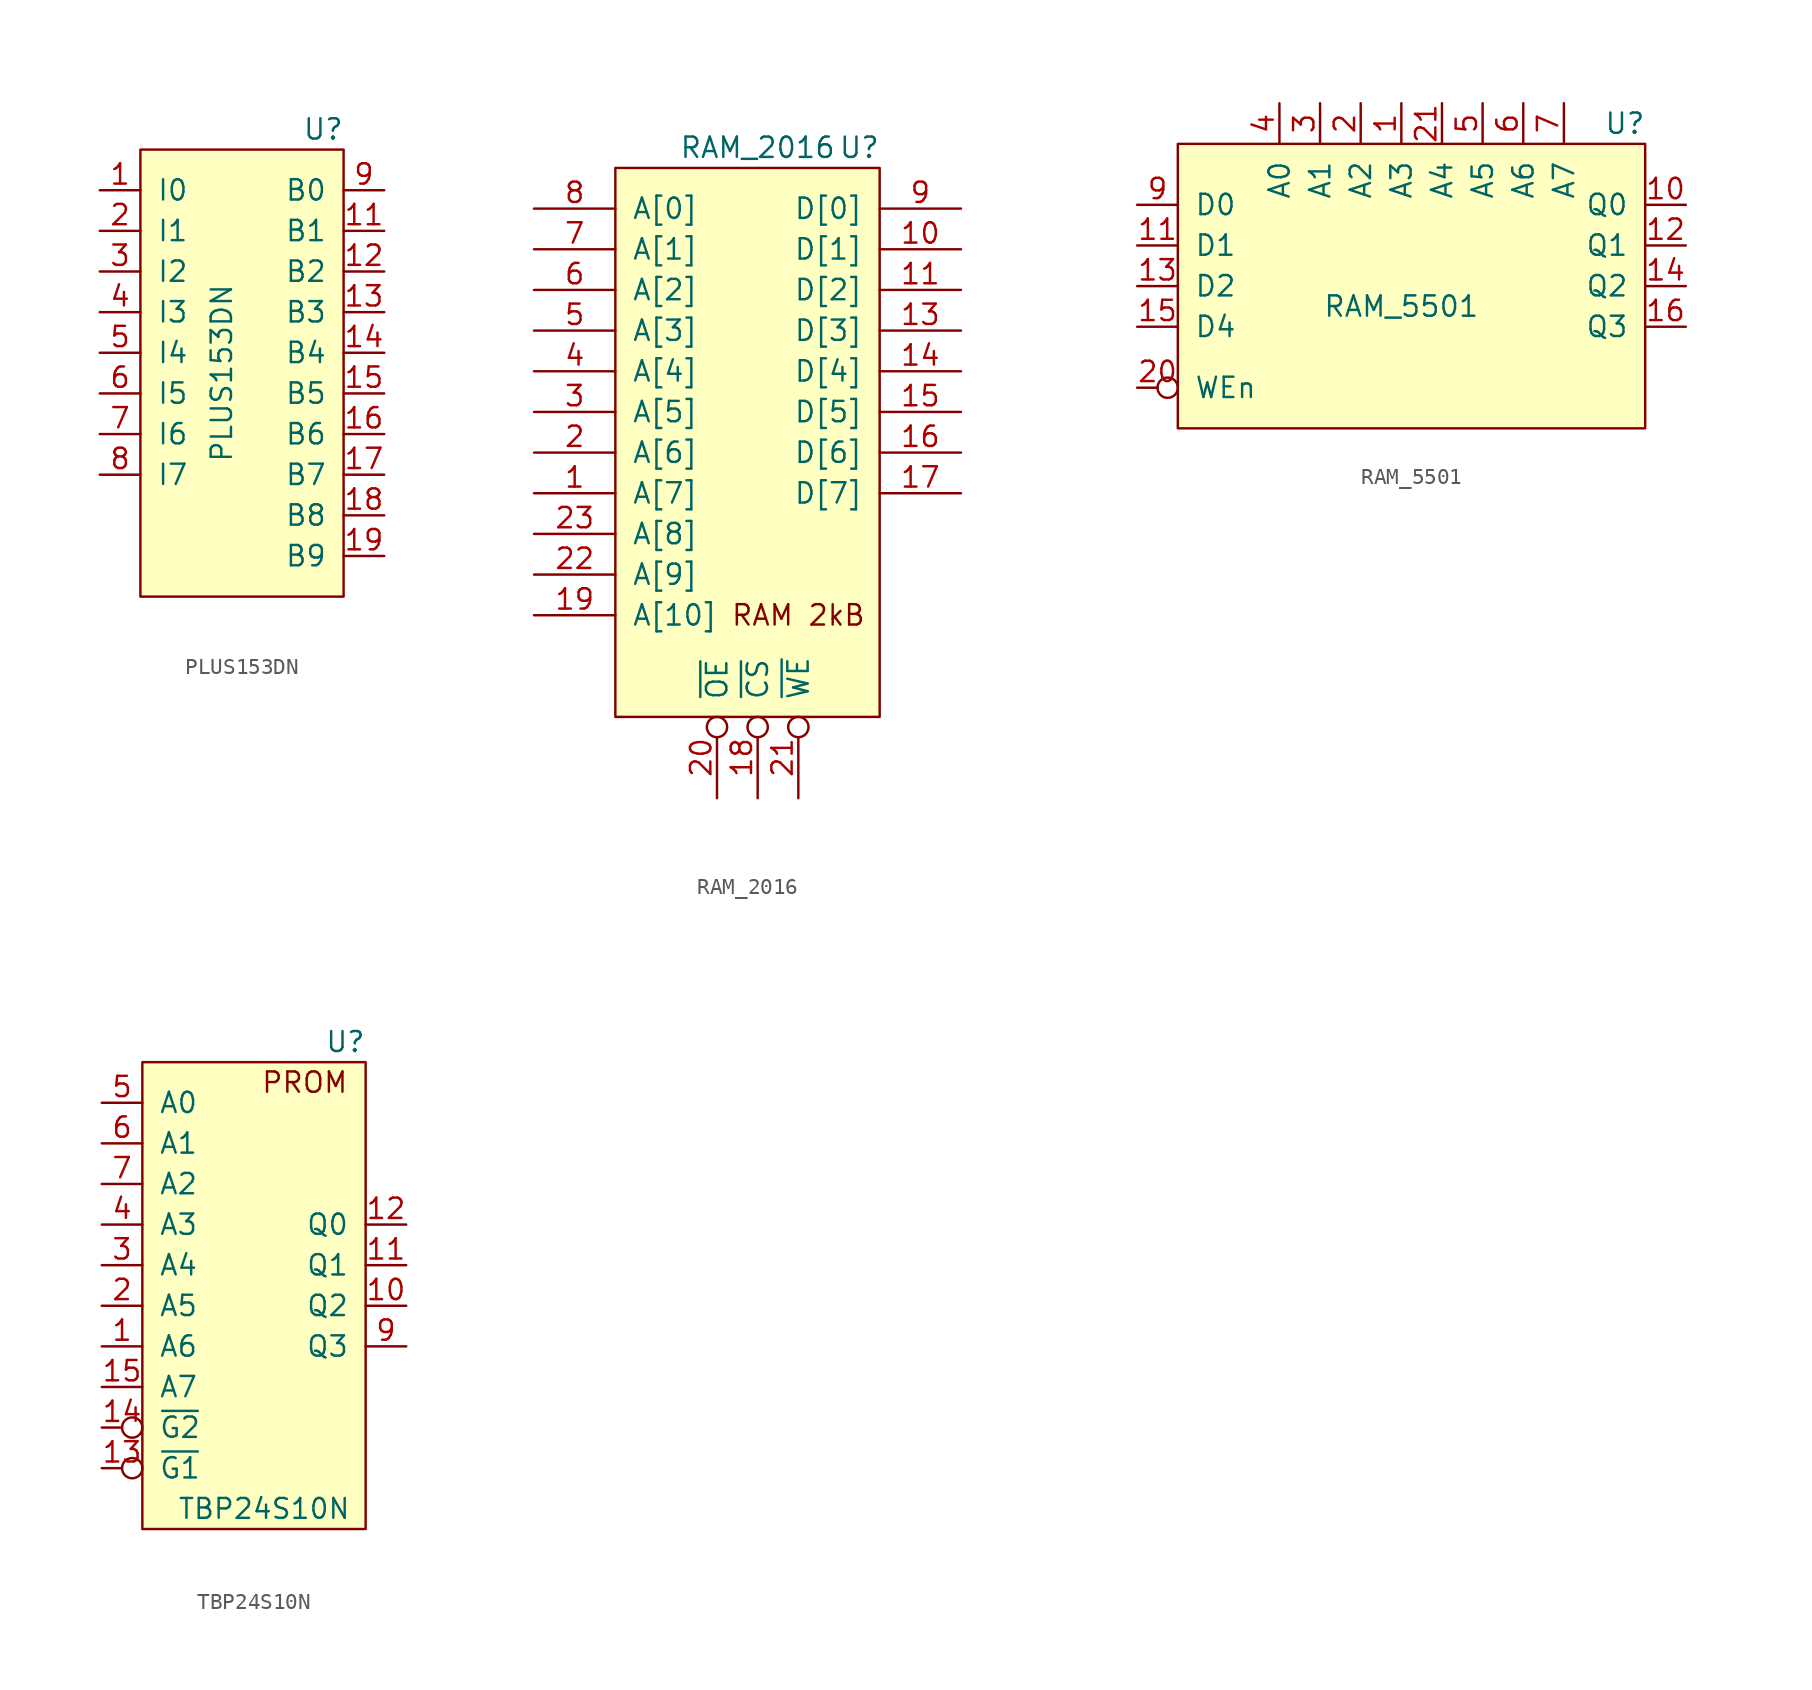
<source format=kicad_sym>
(kicad_symbol_lib
  (version 20211014)
  (generator kicad_symbol_editor)
  (symbol "PLUS153DN"
    (pin_names
      (offset 1.016))
    (property "Reference" "U"
      (at 5.08 13.97 0)
      (effects (font (size 1.27 1.27))))
    (property "Value" "PLUS153DN"
      (at -1.27 -1.27 90)
      (effects (font (size 1.27 1.27))))
    (symbol "PLUS153DN_0_1"
      (rectangle (start -6.35 12.7) (end 6.35 -15.24) (stroke (width 0) (type default) (color 0 0 0 0)) (fill (type background))))
    (symbol "PLUS153DN_1_1"
      (pin input line (at -8.89 10.16 0) (length 2.54) (name "I0" (effects (font (size 1.27 1.27)))) (number "1" (effects (font (size 1.27 1.27)))))
      (pin power_in line (at 0 -15.24 90) (length 2.54) hide (name "VSS" (effects (font (size 1.27 1.27)))) (number "10" (effects (font (size 1.27 1.27)))))
      (pin output line (at 8.89 7.62 180) (length 2.54) (name "B1" (effects (font (size 1.27 1.27)))) (number "11" (effects (font (size 1.27 1.27)))))
      (pin output line (at 8.89 5.08 180) (length 2.54) (name "B2" (effects (font (size 1.27 1.27)))) (number "12" (effects (font (size 1.27 1.27)))))
      (pin output line (at 8.89 2.54 180) (length 2.54) (name "B3" (effects (font (size 1.27 1.27)))) (number "13" (effects (font (size 1.27 1.27)))))
      (pin output line (at 8.89 0 180) (length 2.54) (name "B4" (effects (font (size 1.27 1.27)))) (number "14" (effects (font (size 1.27 1.27)))))
      (pin output line (at 8.89 -2.54 180) (length 2.54) (name "B5" (effects (font (size 1.27 1.27)))) (number "15" (effects (font (size 1.27 1.27)))))
      (pin output line (at 8.89 -5.08 180) (length 2.54) (name "B6" (effects (font (size 1.27 1.27)))) (number "16" (effects (font (size 1.27 1.27)))))
      (pin output line (at 8.89 -7.62 180) (length 2.54) (name "B7" (effects (font (size 1.27 1.27)))) (number "17" (effects (font (size 1.27 1.27)))))
      (pin output line (at 8.89 -10.16 180) (length 2.54) (name "B8" (effects (font (size 1.27 1.27)))) (number "18" (effects (font (size 1.27 1.27)))))
      (pin output line (at 8.89 -12.7 180) (length 2.54) (name "B9" (effects (font (size 1.27 1.27)))) (number "19" (effects (font (size 1.27 1.27)))))
      (pin input line (at -8.89 7.62 0) (length 2.54) (name "I1" (effects (font (size 1.27 1.27)))) (number "2" (effects (font (size 1.27 1.27)))))
      (pin power_in line (at 0 12.7 270) (length 2.54) hide (name "VCC" (effects (font (size 1.27 1.27)))) (number "20" (effects (font (size 1.27 1.27)))))
      (pin input line (at -8.89 5.08 0) (length 2.54) (name "I2" (effects (font (size 1.27 1.27)))) (number "3" (effects (font (size 1.27 1.27)))))
      (pin input line (at -8.89 2.54 0) (length 2.54) (name "I3" (effects (font (size 1.27 1.27)))) (number "4" (effects (font (size 1.27 1.27)))))
      (pin input line (at -8.89 0 0) (length 2.54) (name "I4" (effects (font (size 1.27 1.27)))) (number "5" (effects (font (size 1.27 1.27)))))
      (pin input line (at -8.89 -2.54 0) (length 2.54) (name "I5" (effects (font (size 1.27 1.27)))) (number "6" (effects (font (size 1.27 1.27)))))
      (pin input line (at -8.89 -5.08 0) (length 2.54) (name "I6" (effects (font (size 1.27 1.27)))) (number "7" (effects (font (size 1.27 1.27)))))
      (pin input line (at -8.89 -7.62 0) (length 2.54) (name "I7" (effects (font (size 1.27 1.27)))) (number "8" (effects (font (size 1.27 1.27)))))
      (pin output line (at 8.89 10.16 180) (length 2.54) (name "B0" (effects (font (size 1.27 1.27)))) (number "9" (effects (font (size 1.27 1.27)))))))
  (symbol "RAM_2016"
    (pin_names
      (offset 1.016))
    (property "Reference" "U"
      (at 7.62 17.78 0)
      (effects (font (size 1.27 1.27))))
    (property "Value" "RAM_2016"
      (at 1.27 17.78 0)
      (effects (font (size 1.27 1.27))))
    (symbol "RAM_2016_0_0"
      (text "RAM 2kB" (at 3.81 -11.43 0) (effects (font (size 1.27 1.27)))))
    (symbol "RAM_2016_0_1"
      (rectangle (start -7.62 16.51) (end 8.89 -17.78) (stroke (width 0) (type default) (color 0 0 0 0)) (fill (type background))))
    (symbol "RAM_2016_1_0"
      (pin input line (at -12.7 -3.81 0) (length 5.08) (name "A[7]" (effects (font (size 1.27 1.27)))) (number "1" (effects (font (size 1.27 1.27)))))
      (pin tri_state line (at 13.97 11.43 180) (length 5.08) (name "D[1]" (effects (font (size 1.27 1.27)))) (number "10" (effects (font (size 1.27 1.27)))))
      (pin tri_state line (at 13.97 8.89 180) (length 5.08) (name "D[2]" (effects (font (size 1.27 1.27)))) (number "11" (effects (font (size 1.27 1.27)))))
      (pin tri_state line (at 13.97 6.35 180) (length 5.08) (name "D[3]" (effects (font (size 1.27 1.27)))) (number "13" (effects (font (size 1.27 1.27)))))
      (pin tri_state line (at 13.97 3.81 180) (length 5.08) (name "D[4]" (effects (font (size 1.27 1.27)))) (number "14" (effects (font (size 1.27 1.27)))))
      (pin tri_state line (at 13.97 1.27 180) (length 5.08) (name "D[5]" (effects (font (size 1.27 1.27)))) (number "15" (effects (font (size 1.27 1.27)))))
      (pin tri_state line (at 13.97 -1.27 180) (length 5.08) (name "D[6]" (effects (font (size 1.27 1.27)))) (number "16" (effects (font (size 1.27 1.27)))))
      (pin tri_state line (at 13.97 -3.81 180) (length 5.08) (name "D[7]" (effects (font (size 1.27 1.27)))) (number "17" (effects (font (size 1.27 1.27)))))
      (pin input inverted (at 1.27 -22.86 90) (length 5.08) (name "~{CS}" (effects (font (size 1.27 1.27)))) (number "18" (effects (font (size 1.27 1.27)))))
      (pin input line (at -12.7 -11.43 0) (length 5.08) (name "A[10]" (effects (font (size 1.27 1.27)))) (number "19" (effects (font (size 1.27 1.27)))))
      (pin input line (at -12.7 -1.27 0) (length 5.08) (name "A[6]" (effects (font (size 1.27 1.27)))) (number "2" (effects (font (size 1.27 1.27)))))
      (pin input inverted (at -1.27 -22.86 90) (length 5.08) (name "~{OE}" (effects (font (size 1.27 1.27)))) (number "20" (effects (font (size 1.27 1.27)))))
      (pin input inverted (at 3.81 -22.86 90) (length 5.08) (name "~{WE}" (effects (font (size 1.27 1.27)))) (number "21" (effects (font (size 1.27 1.27)))))
      (pin input line (at -12.7 -8.89 0) (length 5.08) (name "A[9]" (effects (font (size 1.27 1.27)))) (number "22" (effects (font (size 1.27 1.27)))))
      (pin input line (at -12.7 -6.35 0) (length 5.08) (name "A[8]" (effects (font (size 1.27 1.27)))) (number "23" (effects (font (size 1.27 1.27)))))
      (pin input line (at -12.7 1.27 0) (length 5.08) (name "A[5]" (effects (font (size 1.27 1.27)))) (number "3" (effects (font (size 1.27 1.27)))))
      (pin input line (at -12.7 3.81 0) (length 5.08) (name "A[4]" (effects (font (size 1.27 1.27)))) (number "4" (effects (font (size 1.27 1.27)))))
      (pin input line (at -12.7 6.35 0) (length 5.08) (name "A[3]" (effects (font (size 1.27 1.27)))) (number "5" (effects (font (size 1.27 1.27)))))
      (pin input line (at -12.7 8.89 0) (length 5.08) (name "A[2]" (effects (font (size 1.27 1.27)))) (number "6" (effects (font (size 1.27 1.27)))))
      (pin input line (at -12.7 11.43 0) (length 5.08) (name "A[1]" (effects (font (size 1.27 1.27)))) (number "7" (effects (font (size 1.27 1.27)))))
      (pin input line (at -12.7 13.97 0) (length 5.08) (name "A[0]" (effects (font (size 1.27 1.27)))) (number "8" (effects (font (size 1.27 1.27)))))
      (pin tri_state line (at 13.97 13.97 180) (length 5.08) (name "D[0]" (effects (font (size 1.27 1.27)))) (number "9" (effects (font (size 1.27 1.27)))))))
  (symbol "RAM_5501"
    (pin_names
      (offset 1.016))
    (property "Reference" "U"
      (at 13.97 10.16 0)
      (effects (font (size 1.27 1.27))))
    (property "Value" "RAM_5501"
      (at 0 -1.27 0)
      (effects (font (size 1.27 1.27))))
    (symbol "RAM_5501_0_1"
      (rectangle (start 15.24 8.89) (end -13.97 -8.89) (stroke (width 0) (type default) (color 0 0 0 0)) (fill (type background))))
    (symbol "RAM_5501_1_1"
      (pin input line (at 0 11.43 270) (length 2.54) (name "A3" (effects (font (size 1.27 1.27)))) (number "1" (effects (font (size 1.27 1.27)))))
      (pin output line (at 17.78 5.08 180) (length 2.54) (name "Q0" (effects (font (size 1.27 1.27)))) (number "10" (effects (font (size 1.27 1.27)))))
      (pin input line (at -16.51 2.54 0) (length 2.54) (name "D1" (effects (font (size 1.27 1.27)))) (number "11" (effects (font (size 1.27 1.27)))))
      (pin output line (at 17.78 2.54 180) (length 2.54) (name "Q1" (effects (font (size 1.27 1.27)))) (number "12" (effects (font (size 1.27 1.27)))))
      (pin input line (at -16.51 0 0) (length 2.54) (name "D2" (effects (font (size 1.27 1.27)))) (number "13" (effects (font (size 1.27 1.27)))))
      (pin output line (at 17.78 0 180) (length 2.54) (name "Q2" (effects (font (size 1.27 1.27)))) (number "14" (effects (font (size 1.27 1.27)))))
      (pin input line (at -16.51 -2.54 0) (length 2.54) (name "D4" (effects (font (size 1.27 1.27)))) (number "15" (effects (font (size 1.27 1.27)))))
      (pin output line (at 17.78 -2.54 180) (length 2.54) (name "Q3" (effects (font (size 1.27 1.27)))) (number "16" (effects (font (size 1.27 1.27)))))
      (pin input line (at -2.54 11.43 270) (length 2.54) (name "A2" (effects (font (size 1.27 1.27)))) (number "2" (effects (font (size 1.27 1.27)))))
      (pin input inverted (at -16.51 -6.35 0) (length 2.54) (name "WEn" (effects (font (size 1.27 1.27)))) (number "20" (effects (font (size 1.27 1.27)))))
      (pin input line (at 2.54 11.43 270) (length 2.54) (name "A4" (effects (font (size 1.27 1.27)))) (number "21" (effects (font (size 1.27 1.27)))))
      (pin input line (at -5.08 11.43 270) (length 2.54) (name "A1" (effects (font (size 1.27 1.27)))) (number "3" (effects (font (size 1.27 1.27)))))
      (pin input line (at -7.62 11.43 270) (length 2.54) (name "A0" (effects (font (size 1.27 1.27)))) (number "4" (effects (font (size 1.27 1.27)))))
      (pin input line (at 5.08 11.43 270) (length 2.54) (name "A5" (effects (font (size 1.27 1.27)))) (number "5" (effects (font (size 1.27 1.27)))))
      (pin input line (at 7.62 11.43 270) (length 2.54) (name "A6" (effects (font (size 1.27 1.27)))) (number "6" (effects (font (size 1.27 1.27)))))
      (pin input line (at 10.16 11.43 270) (length 2.54) (name "A7" (effects (font (size 1.27 1.27)))) (number "7" (effects (font (size 1.27 1.27)))))
      (pin input line (at -16.51 5.08 0) (length 2.54) (name "D0" (effects (font (size 1.27 1.27)))) (number "9" (effects (font (size 1.27 1.27)))))))
  (symbol "TBP24S10N"
    (pin_names
      (offset 1.016))
    (property "Reference" "U"
      (at 5.08 16.51 0)
      (effects (font (size 1.245 1.245))))
    (property "Value" "TBP24S10N"
      (at 0 -12.7 0)
      (effects (font (size 1.245 1.245))))
    (symbol "TBP24S10N_0_0"
      (text "PROM" (at 2.54 13.97 0) (effects (font (size 1.27 1.27)))))
    (symbol "TBP24S10N_0_1"
      (rectangle (start -7.62 15.24) (end 6.35 -13.97) (stroke (width 0) (type default) (color 0 0 0 0)) (fill (type background))))
    (symbol "TBP24S10N_1_0"
      (pin power_in line (at 0 -13.97 90) (length 5.08) hide (name "VSS" (effects (font (size 1.27 1.27)))) (number "16" (effects (font (size 1.27 1.27)))))
      (pin power_in line (at -1.27 15.24 270) (length 5.08) hide (name "VCC" (effects (font (size 1.27 1.27)))) (number "8" (effects (font (size 1.27 1.27))))))
    (symbol "TBP24S10N_1_1"
      (pin input line (at -10.16 -2.54 0) (length 2.54) (name "A6" (effects (font (size 1.27 1.27)))) (number "1" (effects (font (size 1.27 1.27)))))
      (pin output line (at 8.89 0 180) (length 2.54) (name "Q2" (effects (font (size 1.27 1.27)))) (number "10" (effects (font (size 1.27 1.27)))))
      (pin output line (at 8.89 2.54 180) (length 2.54) (name "Q1" (effects (font (size 1.27 1.27)))) (number "11" (effects (font (size 1.27 1.27)))))
      (pin output line (at 8.89 5.08 180) (length 2.54) (name "Q0" (effects (font (size 1.27 1.27)))) (number "12" (effects (font (size 1.27 1.27)))))
      (pin input inverted (at -10.16 -10.16 0) (length 2.54) (name "~{G1}" (effects (font (size 1.27 1.27)))) (number "13" (effects (font (size 1.27 1.27)))))
      (pin input inverted (at -10.16 -7.62 0) (length 2.54) (name "~{G2}" (effects (font (size 1.27 1.27)))) (number "14" (effects (font (size 1.27 1.27)))))
      (pin input line (at -10.16 -5.08 0) (length 2.54) (name "A7" (effects (font (size 1.27 1.27)))) (number "15" (effects (font (size 1.27 1.27)))))
      (pin input line (at -10.16 0 0) (length 2.54) (name "A5" (effects (font (size 1.27 1.27)))) (number "2" (effects (font (size 1.27 1.27)))))
      (pin input line (at -10.16 2.54 0) (length 2.54) (name "A4" (effects (font (size 1.27 1.27)))) (number "3" (effects (font (size 1.27 1.27)))))
      (pin input line (at -10.16 5.08 0) (length 2.54) (name "A3" (effects (font (size 1.27 1.27)))) (number "4" (effects (font (size 1.27 1.27)))))
      (pin input line (at -10.16 12.7 0) (length 2.54) (name "A0" (effects (font (size 1.27 1.27)))) (number "5" (effects (font (size 1.27 1.27)))))
      (pin input line (at -10.16 10.16 0) (length 2.54) (name "A1" (effects (font (size 1.27 1.27)))) (number "6" (effects (font (size 1.27 1.27)))))
      (pin input line (at -10.16 7.62 0) (length 2.54) (name "A2" (effects (font (size 1.27 1.27)))) (number "7" (effects (font (size 1.27 1.27)))))
      (pin output line (at 8.89 -2.54 180) (length 2.54) (name "Q3" (effects (font (size 1.27 1.27)))) (number "9" (effects (font (size 1.27 1.27))))))))
</source>
